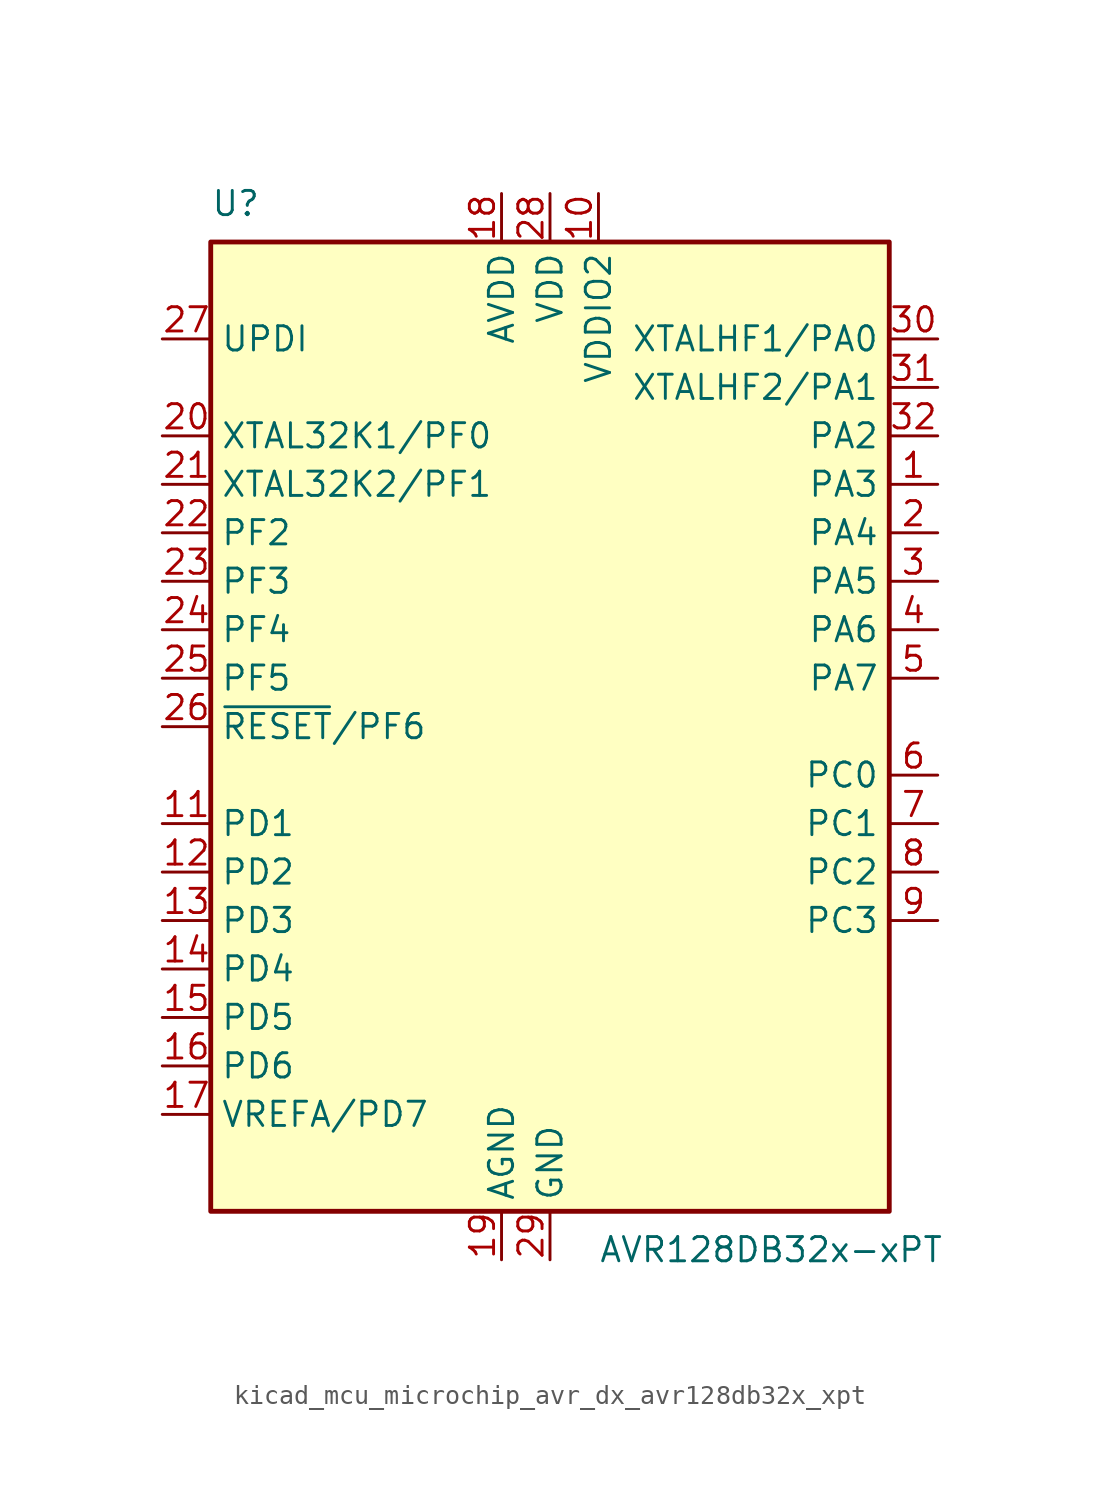
<source format=kicad_sym>
(kicad_symbol_lib
  (version 20220914)
  (generator kicad_symbol_editor)
  (symbol "kicad_mcu_microchip_avr_dx_avr128db32x_xpt"
    (property "Reference" "U"
      (at -17.78 26.67 0)
      (effects (font (size 1.27 1.27)) (justify left bottom)))
    (property "Value" "AVR128DB32x-xPT"
      (at 2.54 -26.67 0)
      (effects (font (size 1.27 1.27)) (justify left top)))
    (symbol "kicad_mcu_microchip_avr_dx_avr128db32x_xpt_0_1"
      (rectangle (start -17.78 25.4) (end 17.78 -25.4) (stroke (width 0.254) (type default)) (fill (type background))))
    (symbol "kicad_mcu_microchip_avr_dx_avr128db32x_xpt_1_1"
      (pin bidirectional line (at 20.32 12.7 180) (length 2.54) (name "PA3" (effects (font (size 1.27 1.27)))) (number "1" (effects (font (size 1.27 1.27)))))
      (pin power_in line (at 2.54 27.94 270) (length 2.54) (name "VDDIO2" (effects (font (size 1.27 1.27)))) (number "10" (effects (font (size 1.27 1.27)))))
      (pin bidirectional line (at -20.32 -5.08 0) (length 2.54) (name "PD1" (effects (font (size 1.27 1.27)))) (number "11" (effects (font (size 1.27 1.27)))))
      (pin bidirectional line (at -20.32 -7.62 0) (length 2.54) (name "PD2" (effects (font (size 1.27 1.27)))) (number "12" (effects (font (size 1.27 1.27)))))
      (pin bidirectional line (at -20.32 -10.16 0) (length 2.54) (name "PD3" (effects (font (size 1.27 1.27)))) (number "13" (effects (font (size 1.27 1.27)))))
      (pin bidirectional line (at -20.32 -12.7 0) (length 2.54) (name "PD4" (effects (font (size 1.27 1.27)))) (number "14" (effects (font (size 1.27 1.27)))))
      (pin bidirectional line (at -20.32 -15.24 0) (length 2.54) (name "PD5" (effects (font (size 1.27 1.27)))) (number "15" (effects (font (size 1.27 1.27)))))
      (pin bidirectional line (at -20.32 -17.78 0) (length 2.54) (name "PD6" (effects (font (size 1.27 1.27)))) (number "16" (effects (font (size 1.27 1.27)))))
      (pin bidirectional line (at -20.32 -20.32 0) (length 2.54) (name "VREFA/PD7" (effects (font (size 1.27 1.27)))) (number "17" (effects (font (size 1.27 1.27)))))
      (pin power_in line (at -2.54 27.94 270) (length 2.54) (name "AVDD" (effects (font (size 1.27 1.27)))) (number "18" (effects (font (size 1.27 1.27)))))
      (pin power_in line (at -2.54 -27.94 90) (length 2.54) (name "AGND" (effects (font (size 1.27 1.27)))) (number "19" (effects (font (size 1.27 1.27)))))
      (pin bidirectional line (at 20.32 10.16 180) (length 2.54) (name "PA4" (effects (font (size 1.27 1.27)))) (number "2" (effects (font (size 1.27 1.27)))))
      (pin bidirectional line (at -20.32 15.24 0) (length 2.54) (name "XTAL32K1/PF0" (effects (font (size 1.27 1.27)))) (number "20" (effects (font (size 1.27 1.27)))))
      (pin bidirectional line (at -20.32 12.7 0) (length 2.54) (name "XTAL32K2/PF1" (effects (font (size 1.27 1.27)))) (number "21" (effects (font (size 1.27 1.27)))))
      (pin bidirectional line (at -20.32 10.16 0) (length 2.54) (name "PF2" (effects (font (size 1.27 1.27)))) (number "22" (effects (font (size 1.27 1.27)))))
      (pin bidirectional line (at -20.32 7.62 0) (length 2.54) (name "PF3" (effects (font (size 1.27 1.27)))) (number "23" (effects (font (size 1.27 1.27)))))
      (pin bidirectional line (at -20.32 5.08 0) (length 2.54) (name "PF4" (effects (font (size 1.27 1.27)))) (number "24" (effects (font (size 1.27 1.27)))))
      (pin bidirectional line (at -20.32 2.54 0) (length 2.54) (name "PF5" (effects (font (size 1.27 1.27)))) (number "25" (effects (font (size 1.27 1.27)))))
      (pin bidirectional line (at -20.32 0 0) (length 2.54) (name "~{RESET}/PF6" (effects (font (size 1.27 1.27)))) (number "26" (effects (font (size 1.27 1.27)))))
      (pin input line (at -20.32 20.32 0) (length 2.54) (name "UPDI" (effects (font (size 1.27 1.27)))) (number "27" (effects (font (size 1.27 1.27)))))
      (pin power_in line (at 0 27.94 270) (length 2.54) (name "VDD" (effects (font (size 1.27 1.27)))) (number "28" (effects (font (size 1.27 1.27)))))
      (pin power_in line (at 0 -27.94 90) (length 2.54) (name "GND" (effects (font (size 1.27 1.27)))) (number "29" (effects (font (size 1.27 1.27)))))
      (pin bidirectional line (at 20.32 7.62 180) (length 2.54) (name "PA5" (effects (font (size 1.27 1.27)))) (number "3" (effects (font (size 1.27 1.27)))))
      (pin bidirectional line (at 20.32 20.32 180) (length 2.54) (name "XTALHF1/PA0" (effects (font (size 1.27 1.27)))) (number "30" (effects (font (size 1.27 1.27)))))
      (pin bidirectional line (at 20.32 17.78 180) (length 2.54) (name "XTALHF2/PA1" (effects (font (size 1.27 1.27)))) (number "31" (effects (font (size 1.27 1.27)))))
      (pin bidirectional line (at 20.32 15.24 180) (length 2.54) (name "PA2" (effects (font (size 1.27 1.27)))) (number "32" (effects (font (size 1.27 1.27)))))
      (pin bidirectional line (at 20.32 5.08 180) (length 2.54) (name "PA6" (effects (font (size 1.27 1.27)))) (number "4" (effects (font (size 1.27 1.27)))))
      (pin bidirectional line (at 20.32 2.54 180) (length 2.54) (name "PA7" (effects (font (size 1.27 1.27)))) (number "5" (effects (font (size 1.27 1.27)))))
      (pin bidirectional line (at 20.32 -2.54 180) (length 2.54) (name "PC0" (effects (font (size 1.27 1.27)))) (number "6" (effects (font (size 1.27 1.27)))))
      (pin bidirectional line (at 20.32 -5.08 180) (length 2.54) (name "PC1" (effects (font (size 1.27 1.27)))) (number "7" (effects (font (size 1.27 1.27)))))
      (pin bidirectional line (at 20.32 -7.62 180) (length 2.54) (name "PC2" (effects (font (size 1.27 1.27)))) (number "8" (effects (font (size 1.27 1.27)))))
      (pin bidirectional line (at 20.32 -10.16 180) (length 2.54) (name "PC3" (effects (font (size 1.27 1.27)))) (number "9" (effects (font (size 1.27 1.27))))))))
</source>
